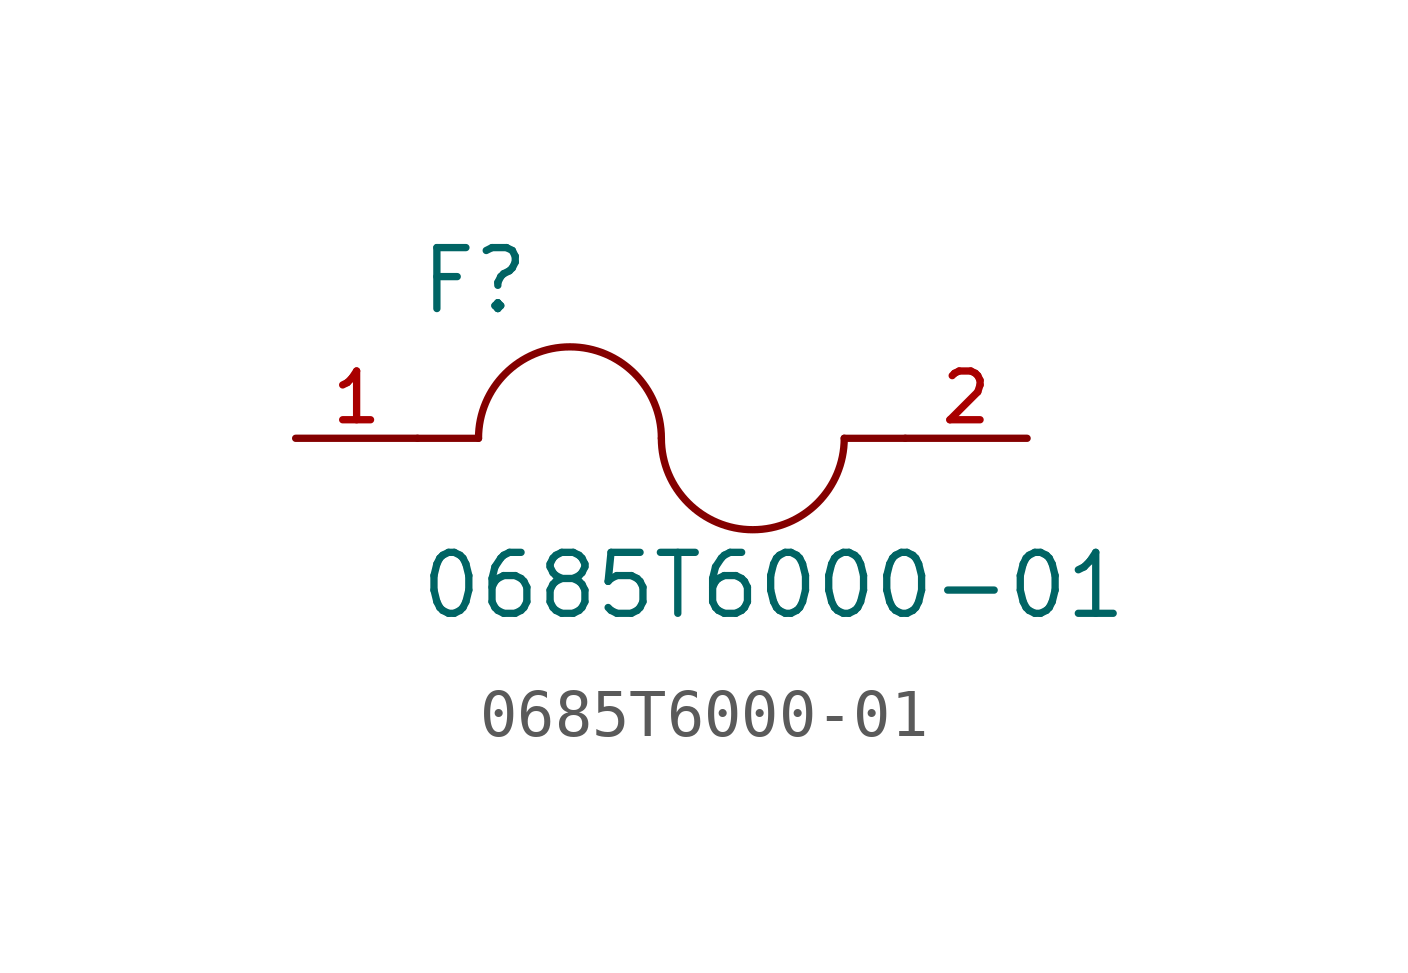
<source format=kicad_sym>
(kicad_symbol_lib
  (version 20231120)
  (generator "kicad_symbol_editor")
  (generator_version "8.0")
  (symbol "0685T6000-01"
    (pin_names
      (offset 1.016))
    (property "Reference" "F"
      (at -5.08 2.54 0)
      (effects (font (size 1.27 1.27)) (justify left bottom)))
    (property "Value" "0685T6000-01"
      (at -5.08 -3.81 0)
      (effects (font (size 1.27 1.27)) (justify left bottom)))
    (symbol "0685T6000-01_0_0"
      (arc (start 0 0) (mid -1.905 1.8967) (end -3.81 0) (stroke (width 0.1524) (type default)) (fill (type none)))
      (polyline (pts (xy -5.08 0) (xy -3.81 0)) (stroke (width 0.152) (type default)) (fill (type none)))
      (polyline (pts (xy 5.08 0) (xy 3.81 0)) (stroke (width 0.152) (type default)) (fill (type none)))
      (arc (start 0 0) (mid 1.905 -1.8967) (end 3.81 0) (stroke (width 0.1524) (type default)) (fill (type none)))
      (pin passive line (at -7.62 0 0) (length 2.54) (name "~" (effects (font (size 1.016 1.016)))) (number "1" (effects (font (size 1.016 1.016)))))
      (pin passive line (at 7.62 0 180) (length 2.54) (name "~" (effects (font (size 1.016 1.016)))) (number "2" (effects (font (size 1.016 1.016))))))))
</source>
